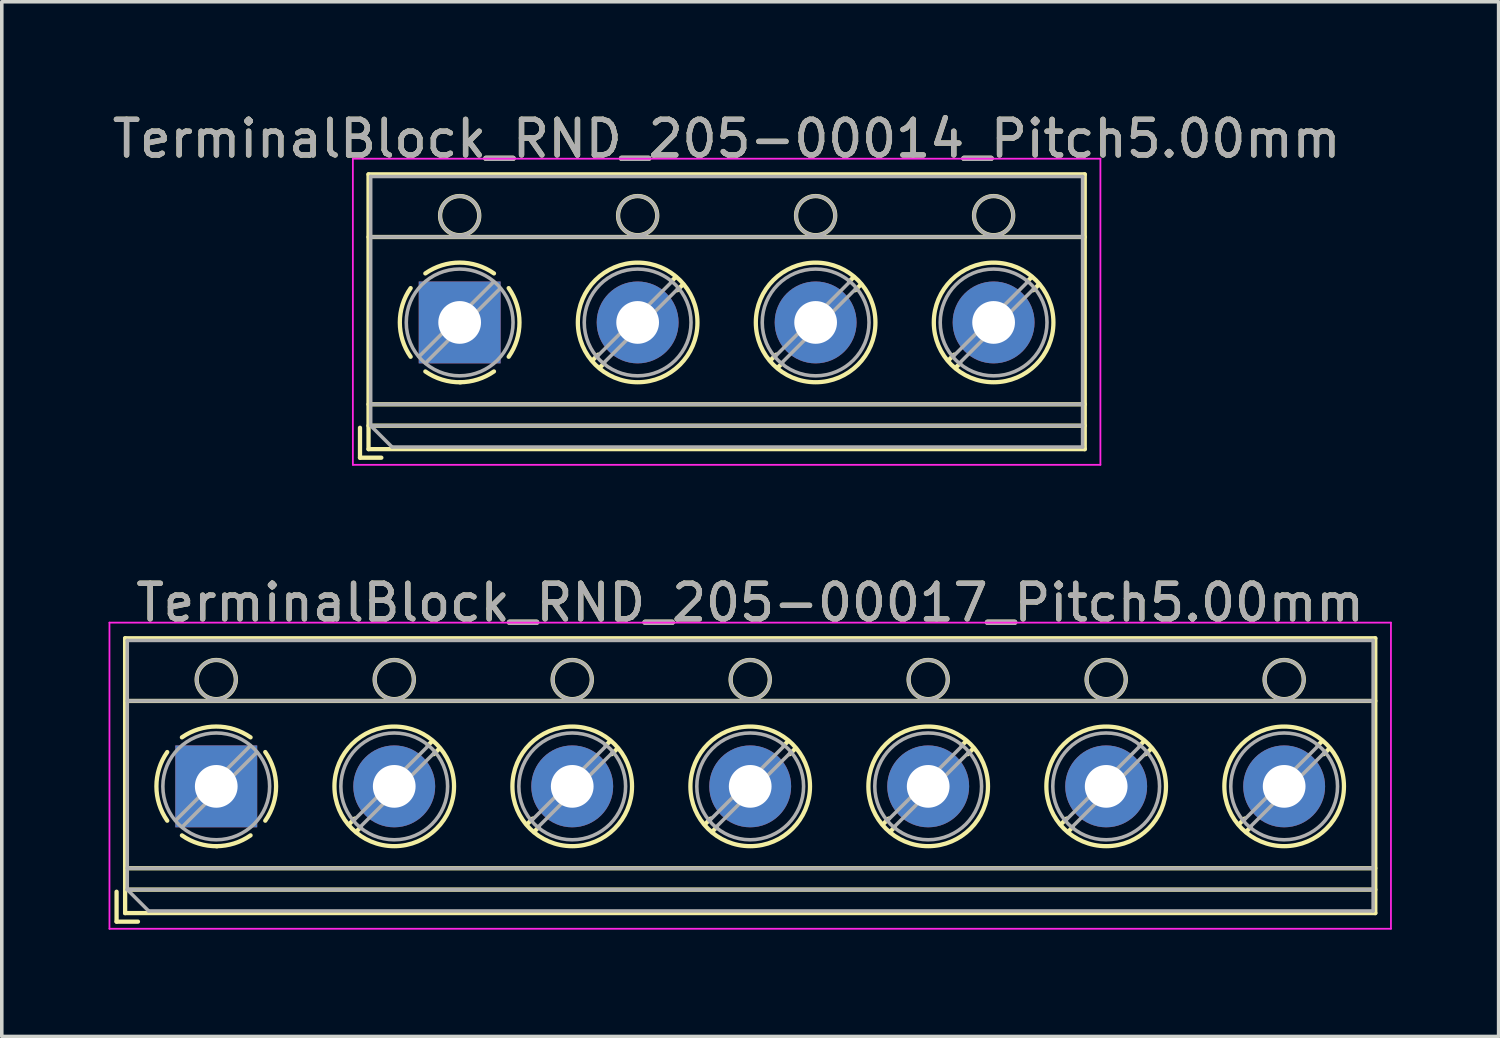
<source format=kicad_pcb>
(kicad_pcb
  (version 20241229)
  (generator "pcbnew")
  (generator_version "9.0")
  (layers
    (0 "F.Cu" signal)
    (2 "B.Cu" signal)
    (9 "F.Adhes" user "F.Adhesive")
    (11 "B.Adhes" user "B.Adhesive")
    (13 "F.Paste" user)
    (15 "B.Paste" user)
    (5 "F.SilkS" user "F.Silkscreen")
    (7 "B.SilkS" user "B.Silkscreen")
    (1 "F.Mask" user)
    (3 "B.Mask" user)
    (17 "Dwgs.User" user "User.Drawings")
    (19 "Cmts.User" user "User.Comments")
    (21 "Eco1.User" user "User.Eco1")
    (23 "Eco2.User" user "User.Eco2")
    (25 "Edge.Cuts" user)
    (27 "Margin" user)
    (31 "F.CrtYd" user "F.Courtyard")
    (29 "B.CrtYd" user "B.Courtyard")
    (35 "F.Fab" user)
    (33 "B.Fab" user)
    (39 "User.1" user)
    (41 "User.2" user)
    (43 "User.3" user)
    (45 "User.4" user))
  (footprint "TerminalBlock_RND_205-00017_Pitch5.00mm"
    (layer "F.Cu")
    (at 3.025 19.041)
    (property "Reference" "TerminalBlock_RND_205-00017_Pitch5.00mm" (at 15 -5.16 0) (layer "F.SilkS") (effects (font (size 1 1) (thickness 0.15))))
    (attr through_hole)
    (fp_line (start -2.8 2.96) (end -2.8 3.8) (stroke (width 0.12) (type solid)) (layer "F.SilkS"))
    (fp_line (start -2.8 3.8) (end -2.2 3.8) (stroke (width 0.12) (type solid)) (layer "F.SilkS"))
    (fp_line (start -2.56 -4.16) (end -2.56 3.56) (stroke (width 0.12) (type solid)) (layer "F.SilkS"))
    (fp_line (start -2.56 -2.4) (end 32.56 -2.4) (stroke (width 0.12) (type solid)) (layer "F.SilkS"))
    (fp_line (start -2.56 2.3) (end 32.56 2.3) (stroke (width 0.12) (type solid)) (layer "F.SilkS"))
    (fp_line (start -2.56 2.9) (end 32.56 2.9) (stroke (width 0.12) (type solid)) (layer "F.SilkS"))
    (fp_line (start -2.56 3.56) (end 32.56 3.56) (stroke (width 0.12) (type solid)) (layer "F.SilkS"))
    (fp_line (start 3.89 0.905) (end 3.726 1.069) (stroke (width 0.12) (type solid)) (layer "F.SilkS"))
    (fp_line (start 4.06 1.146) (end 3.931 1.274) (stroke (width 0.12) (type solid)) (layer "F.SilkS"))
    (fp_line (start 6.07 -1.275) (end 5.941 -1.146) (stroke (width 0.12) (type solid)) (layer "F.SilkS"))
    (fp_line (start 6.275 -1.069) (end 6.111 -0.905) (stroke (width 0.12) (type solid)) (layer "F.SilkS"))
    (fp_line (start 8.89 0.905) (end 8.726 1.069) (stroke (width 0.12) (type solid)) (layer "F.SilkS"))
    (fp_line (start 9.06 1.146) (end 8.931 1.274) (stroke (width 0.12) (type solid)) (layer "F.SilkS"))
    (fp_line (start 11.07 -1.275) (end 10.941 -1.146) (stroke (width 0.12) (type solid)) (layer "F.SilkS"))
    (fp_line (start 11.275 -1.069) (end 11.111 -0.905) (stroke (width 0.12) (type solid)) (layer "F.SilkS"))
    (fp_line (start 13.89 0.905) (end 13.726 1.069) (stroke (width 0.12) (type solid)) (layer "F.SilkS"))
    (fp_line (start 14.06 1.146) (end 13.931 1.274) (stroke (width 0.12) (type solid)) (layer "F.SilkS"))
    (fp_line (start 16.07 -1.275) (end 15.941 -1.146) (stroke (width 0.12) (type solid)) (layer "F.SilkS"))
    (fp_line (start 16.275 -1.069) (end 16.111 -0.905) (stroke (width 0.12) (type solid)) (layer "F.SilkS"))
    (fp_line (start 18.89 0.905) (end 18.726 1.069) (stroke (width 0.12) (type solid)) (layer "F.SilkS"))
    (fp_line (start 19.06 1.146) (end 18.931 1.274) (stroke (width 0.12) (type solid)) (layer "F.SilkS"))
    (fp_line (start 21.07 -1.275) (end 20.941 -1.146) (stroke (width 0.12) (type solid)) (layer "F.SilkS"))
    (fp_line (start 21.275 -1.069) (end 21.111 -0.905) (stroke (width 0.12) (type solid)) (layer "F.SilkS"))
    (fp_line (start 23.89 0.905) (end 23.726 1.069) (stroke (width 0.12) (type solid)) (layer "F.SilkS"))
    (fp_line (start 24.06 1.146) (end 23.931 1.274) (stroke (width 0.12) (type solid)) (layer "F.SilkS"))
    (fp_line (start 26.07 -1.275) (end 25.941 -1.146) (stroke (width 0.12) (type solid)) (layer "F.SilkS"))
    (fp_line (start 26.275 -1.069) (end 26.111 -0.905) (stroke (width 0.12) (type solid)) (layer "F.SilkS"))
    (fp_line (start 28.89 0.905) (end 28.726 1.069) (stroke (width 0.12) (type solid)) (layer "F.SilkS"))
    (fp_line (start 29.06 1.146) (end 28.931 1.274) (stroke (width 0.12) (type solid)) (layer "F.SilkS"))
    (fp_line (start 31.07 -1.275) (end 30.941 -1.146) (stroke (width 0.12) (type solid)) (layer "F.SilkS"))
    (fp_line (start 31.275 -1.069) (end 31.111 -0.905) (stroke (width 0.12) (type solid)) (layer "F.SilkS"))
    (fp_line (start 32.56 -4.16) (end -2.56 -4.16) (stroke (width 0.12) (type solid)) (layer "F.SilkS"))
    (fp_line (start 32.56 3.56) (end 32.56 -4.16) (stroke (width 0.12) (type solid)) (layer "F.SilkS"))
    (fp_arc (start -1.376825 0.964249) (mid -1.6809 0.000152) (end -1.377 -0.964) (stroke (width 0.12) (type solid)) (layer "F.SilkS"))
    (fp_arc (start -0.964249 -1.376825) (mid -0.000152 -1.6809) (end 0.964 -1.377) (stroke (width 0.12) (type solid)) (layer "F.SilkS"))
    (fp_arc (start 0.029488 1.680641) (mid -0.491302 1.607497) (end -0.964 1.377) (stroke (width 0.12) (type solid)) (layer "F.SilkS"))
    (fp_arc (start 0.963608 1.376175) (mid 0.505186 1.602244) (end 0 1.68) (stroke (width 0.12) (type solid)) (layer "F.SilkS"))
    (fp_arc (start 1.376825 -0.964249) (mid 1.6809 -0.000152) (end 1.377 0.964) (stroke (width 0.12) (type solid)) (layer "F.SilkS"))
    (fp_circle (center 0 -3) (end 0.55 -3) (stroke (width 0.12) (type solid)) (fill no) (layer "F.SilkS"))
    (fp_circle (center 5 -3) (end 5.55 -3) (stroke (width 0.12) (type solid)) (fill no) (layer "F.SilkS"))
    (fp_circle (center 5 0) (end 6.68 0) (stroke (width 0.12) (type solid)) (fill no) (layer "F.SilkS"))
    (fp_circle (center 10 -3) (end 10.55 -3) (stroke (width 0.12) (type solid)) (fill no) (layer "F.SilkS"))
    (fp_circle (center 10 0) (end 11.68 0) (stroke (width 0.12) (type solid)) (fill no) (layer "F.SilkS"))
    (fp_circle (center 15 -3) (end 15.55 -3) (stroke (width 0.12) (type solid)) (fill no) (layer "F.SilkS"))
    (fp_circle (center 15 0) (end 16.68 0) (stroke (width 0.12) (type solid)) (fill no) (layer "F.SilkS"))
    (fp_circle (center 20 -3) (end 20.55 -3) (stroke (width 0.12) (type solid)) (fill no) (layer "F.SilkS"))
    (fp_circle (center 20 0) (end 21.68 0) (stroke (width 0.12) (type solid)) (fill no) (layer "F.SilkS"))
    (fp_circle (center 25 -3) (end 25.55 -3) (stroke (width 0.12) (type solid)) (fill no) (layer "F.SilkS"))
    (fp_circle (center 25 0) (end 26.68 0) (stroke (width 0.12) (type solid)) (fill no) (layer "F.SilkS"))
    (fp_circle (center 30 -3) (end 30.55 -3) (stroke (width 0.12) (type solid)) (fill no) (layer "F.SilkS"))
    (fp_circle (center 30 0) (end 31.68 0) (stroke (width 0.12) (type solid)) (fill no) (layer "F.SilkS"))
    (fp_line (start -3 -4.6) (end -3 4) (stroke (width 0.05) (type solid)) (layer "F.CrtYd"))
    (fp_line (start -3 4) (end 33 4) (stroke (width 0.05) (type solid)) (layer "F.CrtYd"))
    (fp_line (start 33 -4.6) (end -3 -4.6) (stroke (width 0.05) (type solid)) (layer "F.CrtYd"))
    (fp_line (start 33 4) (end 33 -4.6) (stroke (width 0.05) (type solid)) (layer "F.CrtYd"))
    (fp_line (start -2.5 -4.1) (end 32.5 -4.1) (stroke (width 0.1) (type solid)) (layer "F.Fab"))
    (fp_line (start -2.5 -2.4) (end 32.5 -2.4) (stroke (width 0.1) (type solid)) (layer "F.Fab"))
    (fp_line (start -2.5 2.3) (end 32.5 2.3) (stroke (width 0.1) (type solid)) (layer "F.Fab"))
    (fp_line (start -2.5 2.9) (end -2.5 -4.1) (stroke (width 0.1) (type solid)) (layer "F.Fab"))
    (fp_line (start -2.5 2.9) (end 32.5 2.9) (stroke (width 0.1) (type solid)) (layer "F.Fab"))
    (fp_line (start -1.9 3.5) (end -2.5 2.9) (stroke (width 0.1) (type solid)) (layer "F.Fab"))
    (fp_line (start 0.955 -1.138) (end -1.138 0.955) (stroke (width 0.1) (type solid)) (layer "F.Fab"))
    (fp_line (start 1.138 -0.955) (end -0.955 1.138) (stroke (width 0.1) (type solid)) (layer "F.Fab"))
    (fp_line (start 5.955 -1.138) (end 3.863 0.955) (stroke (width 0.1) (type solid)) (layer "F.Fab"))
    (fp_line (start 6.138 -0.955) (end 4.046 1.138) (stroke (width 0.1) (type solid)) (layer "F.Fab"))
    (fp_line (start 10.955 -1.138) (end 8.863 0.955) (stroke (width 0.1) (type solid)) (layer "F.Fab"))
    (fp_line (start 11.138 -0.955) (end 9.046 1.138) (stroke (width 0.1) (type solid)) (layer "F.Fab"))
    (fp_line (start 15.955 -1.138) (end 13.863 0.955) (stroke (width 0.1) (type solid)) (layer "F.Fab"))
    (fp_line (start 16.138 -0.955) (end 14.046 1.138) (stroke (width 0.1) (type solid)) (layer "F.Fab"))
    (fp_line (start 20.955 -1.138) (end 18.863 0.955) (stroke (width 0.1) (type solid)) (layer "F.Fab"))
    (fp_line (start 21.138 -0.955) (end 19.046 1.138) (stroke (width 0.1) (type solid)) (layer "F.Fab"))
    (fp_line (start 25.955 -1.138) (end 23.863 0.955) (stroke (width 0.1) (type solid)) (layer "F.Fab"))
    (fp_line (start 26.138 -0.955) (end 24.046 1.138) (stroke (width 0.1) (type solid)) (layer "F.Fab"))
    (fp_line (start 30.955 -1.138) (end 28.863 0.955) (stroke (width 0.1) (type solid)) (layer "F.Fab"))
    (fp_line (start 31.138 -0.955) (end 29.046 1.138) (stroke (width 0.1) (type solid)) (layer "F.Fab"))
    (fp_line (start 32.5 -4.1) (end 32.5 3.5) (stroke (width 0.1) (type solid)) (layer "F.Fab"))
    (fp_line (start 32.5 3.5) (end -1.9 3.5) (stroke (width 0.1) (type solid)) (layer "F.Fab"))
    (fp_circle (center 0 -3) (end 0.55 -3) (stroke (width 0.1) (type solid)) (fill no) (layer "F.Fab"))
    (fp_circle (center 0 0) (end 1.5 0) (stroke (width 0.1) (type solid)) (fill no) (layer "F.Fab"))
    (fp_circle (center 5 -3) (end 5.55 -3) (stroke (width 0.1) (type solid)) (fill no) (layer "F.Fab"))
    (fp_circle (center 5 0) (end 6.5 0) (stroke (width 0.1) (type solid)) (fill no) (layer "F.Fab"))
    (fp_circle (center 10 -3) (end 10.55 -3) (stroke (width 0.1) (type solid)) (fill no) (layer "F.Fab"))
    (fp_circle (center 10 0) (end 11.5 0) (stroke (width 0.1) (type solid)) (fill no) (layer "F.Fab"))
    (fp_circle (center 15 -3) (end 15.55 -3) (stroke (width 0.1) (type solid)) (fill no) (layer "F.Fab"))
    (fp_circle (center 15 0) (end 16.5 0) (stroke (width 0.1) (type solid)) (fill no) (layer "F.Fab"))
    (fp_circle (center 20 -3) (end 20.55 -3) (stroke (width 0.1) (type solid)) (fill no) (layer "F.Fab"))
    (fp_circle (center 20 0) (end 21.5 0) (stroke (width 0.1) (type solid)) (fill no) (layer "F.Fab"))
    (fp_circle (center 25 -3) (end 25.55 -3) (stroke (width 0.1) (type solid)) (fill no) (layer "F.Fab"))
    (fp_circle (center 25 0) (end 26.5 0) (stroke (width 0.1) (type solid)) (fill no) (layer "F.Fab"))
    (fp_circle (center 30 -3) (end 30.55 -3) (stroke (width 0.1) (type solid)) (fill no) (layer "F.Fab"))
    (fp_circle (center 30 0) (end 31.5 0) (stroke (width 0.1) (type solid)) (fill no) (layer "F.Fab"))
    (fp_text user "${REFERENCE}" (at 15 -5.16 0) (layer "F.Fab") (effects (font (size 1 1) (thickness 0.15))))
    (pad "1" thru_hole rect (at 0 0) (size 2.3 2.3) (drill 1.2) (layers "*.Cu" "*.Mask"))
    (pad "2" thru_hole circle (at 5 0) (size 2.3 2.3) (drill 1.2) (layers "*.Cu" "*.Mask"))
    (pad "3" thru_hole circle (at 10 0) (size 2.3 2.3) (drill 1.2) (layers "*.Cu" "*.Mask"))
    (pad "4" thru_hole circle (at 15 0) (size 2.3 2.3) (drill 1.2) (layers "*.Cu" "*.Mask"))
    (pad "5" thru_hole circle (at 20 0) (size 2.3 2.3) (drill 1.2) (layers "*.Cu" "*.Mask"))
    (pad "6" thru_hole circle (at 25 0) (size 2.3 2.3) (drill 1.2) (layers "*.Cu" "*.Mask"))
    (pad "7" thru_hole circle (at 30 0) (size 2.3 2.3) (drill 1.2) (layers "*.Cu" "*.Mask")))
  (footprint "TerminalBlock_RND_205-00014_Pitch5.00mm"
    (layer "F.Cu")
    (at 9.863 6.008)
    (property "Reference" "TerminalBlock_RND_205-00014_Pitch5.00mm" (at 7.5 -5.16 0) (layer "F.SilkS") (effects (font (size 1 1) (thickness 0.15))))
    (attr through_hole)
    (fp_line (start -2.8 2.96) (end -2.8 3.8) (stroke (width 0.12) (type solid)) (layer "F.SilkS"))
    (fp_line (start -2.8 3.8) (end -2.2 3.8) (stroke (width 0.12) (type solid)) (layer "F.SilkS"))
    (fp_line (start -2.56 -4.16) (end -2.56 3.56) (stroke (width 0.12) (type solid)) (layer "F.SilkS"))
    (fp_line (start -2.56 -2.4) (end 17.56 -2.4) (stroke (width 0.12) (type solid)) (layer "F.SilkS"))
    (fp_line (start -2.56 2.3) (end 17.56 2.3) (stroke (width 0.12) (type solid)) (layer "F.SilkS"))
    (fp_line (start -2.56 2.9) (end 17.56 2.9) (stroke (width 0.12) (type solid)) (layer "F.SilkS"))
    (fp_line (start -2.56 3.56) (end 17.56 3.56) (stroke (width 0.12) (type solid)) (layer "F.SilkS"))
    (fp_line (start 3.89 0.905) (end 3.726 1.069) (stroke (width 0.12) (type solid)) (layer "F.SilkS"))
    (fp_line (start 4.06 1.146) (end 3.931 1.274) (stroke (width 0.12) (type solid)) (layer "F.SilkS"))
    (fp_line (start 6.07 -1.275) (end 5.941 -1.146) (stroke (width 0.12) (type solid)) (layer "F.SilkS"))
    (fp_line (start 6.275 -1.069) (end 6.111 -0.905) (stroke (width 0.12) (type solid)) (layer "F.SilkS"))
    (fp_line (start 8.89 0.905) (end 8.726 1.069) (stroke (width 0.12) (type solid)) (layer "F.SilkS"))
    (fp_line (start 9.06 1.146) (end 8.931 1.274) (stroke (width 0.12) (type solid)) (layer "F.SilkS"))
    (fp_line (start 11.07 -1.275) (end 10.941 -1.146) (stroke (width 0.12) (type solid)) (layer "F.SilkS"))
    (fp_line (start 11.275 -1.069) (end 11.111 -0.905) (stroke (width 0.12) (type solid)) (layer "F.SilkS"))
    (fp_line (start 13.89 0.905) (end 13.726 1.069) (stroke (width 0.12) (type solid)) (layer "F.SilkS"))
    (fp_line (start 14.06 1.146) (end 13.931 1.274) (stroke (width 0.12) (type solid)) (layer "F.SilkS"))
    (fp_line (start 16.07 -1.275) (end 15.941 -1.146) (stroke (width 0.12) (type solid)) (layer "F.SilkS"))
    (fp_line (start 16.275 -1.069) (end 16.111 -0.905) (stroke (width 0.12) (type solid)) (layer "F.SilkS"))
    (fp_line (start 17.56 -4.16) (end -2.56 -4.16) (stroke (width 0.12) (type solid)) (layer "F.SilkS"))
    (fp_line (start 17.56 3.56) (end 17.56 -4.16) (stroke (width 0.12) (type solid)) (layer "F.SilkS"))
    (fp_arc (start -1.376825 0.964249) (mid -1.6809 0.000152) (end -1.377 -0.964) (stroke (width 0.12) (type solid)) (layer "F.SilkS"))
    (fp_arc (start -0.964249 -1.376825) (mid -0.000152 -1.6809) (end 0.964 -1.377) (stroke (width 0.12) (type solid)) (layer "F.SilkS"))
    (fp_arc (start 0.029488 1.680641) (mid -0.491302 1.607497) (end -0.964 1.377) (stroke (width 0.12) (type solid)) (layer "F.SilkS"))
    (fp_arc (start 0.963608 1.376175) (mid 0.505186 1.602244) (end 0 1.68) (stroke (width 0.12) (type solid)) (layer "F.SilkS"))
    (fp_arc (start 1.376825 -0.964249) (mid 1.6809 -0.000152) (end 1.377 0.964) (stroke (width 0.12) (type solid)) (layer "F.SilkS"))
    (fp_circle (center 0 -3) (end 0.55 -3) (stroke (width 0.12) (type solid)) (fill no) (layer "F.SilkS"))
    (fp_circle (center 5 -3) (end 5.55 -3) (stroke (width 0.12) (type solid)) (fill no) (layer "F.SilkS"))
    (fp_circle (center 5 0) (end 6.68 0) (stroke (width 0.12) (type solid)) (fill no) (layer "F.SilkS"))
    (fp_circle (center 10 -3) (end 10.55 -3) (stroke (width 0.12) (type solid)) (fill no) (layer "F.SilkS"))
    (fp_circle (center 10 0) (end 11.68 0) (stroke (width 0.12) (type solid)) (fill no) (layer "F.SilkS"))
    (fp_circle (center 15 -3) (end 15.55 -3) (stroke (width 0.12) (type solid)) (fill no) (layer "F.SilkS"))
    (fp_circle (center 15 0) (end 16.68 0) (stroke (width 0.12) (type solid)) (fill no) (layer "F.SilkS"))
    (fp_line (start -3 -4.6) (end -3 4) (stroke (width 0.05) (type solid)) (layer "F.CrtYd"))
    (fp_line (start -3 4) (end 18 4) (stroke (width 0.05) (type solid)) (layer "F.CrtYd"))
    (fp_line (start 18 -4.6) (end -3 -4.6) (stroke (width 0.05) (type solid)) (layer "F.CrtYd"))
    (fp_line (start 18 4) (end 18 -4.6) (stroke (width 0.05) (type solid)) (layer "F.CrtYd"))
    (fp_line (start -2.5 -4.1) (end 17.5 -4.1) (stroke (width 0.1) (type solid)) (layer "F.Fab"))
    (fp_line (start -2.5 -2.4) (end 17.5 -2.4) (stroke (width 0.1) (type solid)) (layer "F.Fab"))
    (fp_line (start -2.5 2.3) (end 17.5 2.3) (stroke (width 0.1) (type solid)) (layer "F.Fab"))
    (fp_line (start -2.5 2.9) (end -2.5 -4.1) (stroke (width 0.1) (type solid)) (layer "F.Fab"))
    (fp_line (start -2.5 2.9) (end 17.5 2.9) (stroke (width 0.1) (type solid)) (layer "F.Fab"))
    (fp_line (start -1.9 3.5) (end -2.5 2.9) (stroke (width 0.1) (type solid)) (layer "F.Fab"))
    (fp_line (start 0.955 -1.138) (end -1.138 0.955) (stroke (width 0.1) (type solid)) (layer "F.Fab"))
    (fp_line (start 1.138 -0.955) (end -0.955 1.138) (stroke (width 0.1) (type solid)) (layer "F.Fab"))
    (fp_line (start 5.955 -1.138) (end 3.863 0.955) (stroke (width 0.1) (type solid)) (layer "F.Fab"))
    (fp_line (start 6.138 -0.955) (end 4.046 1.138) (stroke (width 0.1) (type solid)) (layer "F.Fab"))
    (fp_line (start 10.955 -1.138) (end 8.863 0.955) (stroke (width 0.1) (type solid)) (layer "F.Fab"))
    (fp_line (start 11.138 -0.955) (end 9.046 1.138) (stroke (width 0.1) (type solid)) (layer "F.Fab"))
    (fp_line (start 15.955 -1.138) (end 13.863 0.955) (stroke (width 0.1) (type solid)) (layer "F.Fab"))
    (fp_line (start 16.138 -0.955) (end 14.046 1.138) (stroke (width 0.1) (type solid)) (layer "F.Fab"))
    (fp_line (start 17.5 -4.1) (end 17.5 3.5) (stroke (width 0.1) (type solid)) (layer "F.Fab"))
    (fp_line (start 17.5 3.5) (end -1.9 3.5) (stroke (width 0.1) (type solid)) (layer "F.Fab"))
    (fp_circle (center 0 -3) (end 0.55 -3) (stroke (width 0.1) (type solid)) (fill no) (layer "F.Fab"))
    (fp_circle (center 0 0) (end 1.5 0) (stroke (width 0.1) (type solid)) (fill no) (layer "F.Fab"))
    (fp_circle (center 5 -3) (end 5.55 -3) (stroke (width 0.1) (type solid)) (fill no) (layer "F.Fab"))
    (fp_circle (center 5 0) (end 6.5 0) (stroke (width 0.1) (type solid)) (fill no) (layer "F.Fab"))
    (fp_circle (center 10 -3) (end 10.55 -3) (stroke (width 0.1) (type solid)) (fill no) (layer "F.Fab"))
    (fp_circle (center 10 0) (end 11.5 0) (stroke (width 0.1) (type solid)) (fill no) (layer "F.Fab"))
    (fp_circle (center 15 -3) (end 15.55 -3) (stroke (width 0.1) (type solid)) (fill no) (layer "F.Fab"))
    (fp_circle (center 15 0) (end 16.5 0) (stroke (width 0.1) (type solid)) (fill no) (layer "F.Fab"))
    (fp_text user "${REFERENCE}" (at 7.5 -5.16 0) (layer "F.Fab") (effects (font (size 1 1) (thickness 0.15))))
    (pad "1" thru_hole rect (at 0 0) (size 2.3 2.3) (drill 1.2) (layers "*.Cu" "*.Mask"))
    (pad "2" thru_hole circle (at 5 0) (size 2.3 2.3) (drill 1.2) (layers "*.Cu" "*.Mask"))
    (pad "3" thru_hole circle (at 10 0) (size 2.3 2.3) (drill 1.2) (layers "*.Cu" "*.Mask"))
    (pad "4" thru_hole circle (at 15 0) (size 2.3 2.3) (drill 1.2) (layers "*.Cu" "*.Mask")))
  (gr_rect
    (start -3 -3)
    (end 39.05 26.067)
    (stroke (width 0.1) (type default))
    (fill no)
    (layer "Edge.Cuts")))
</source>
